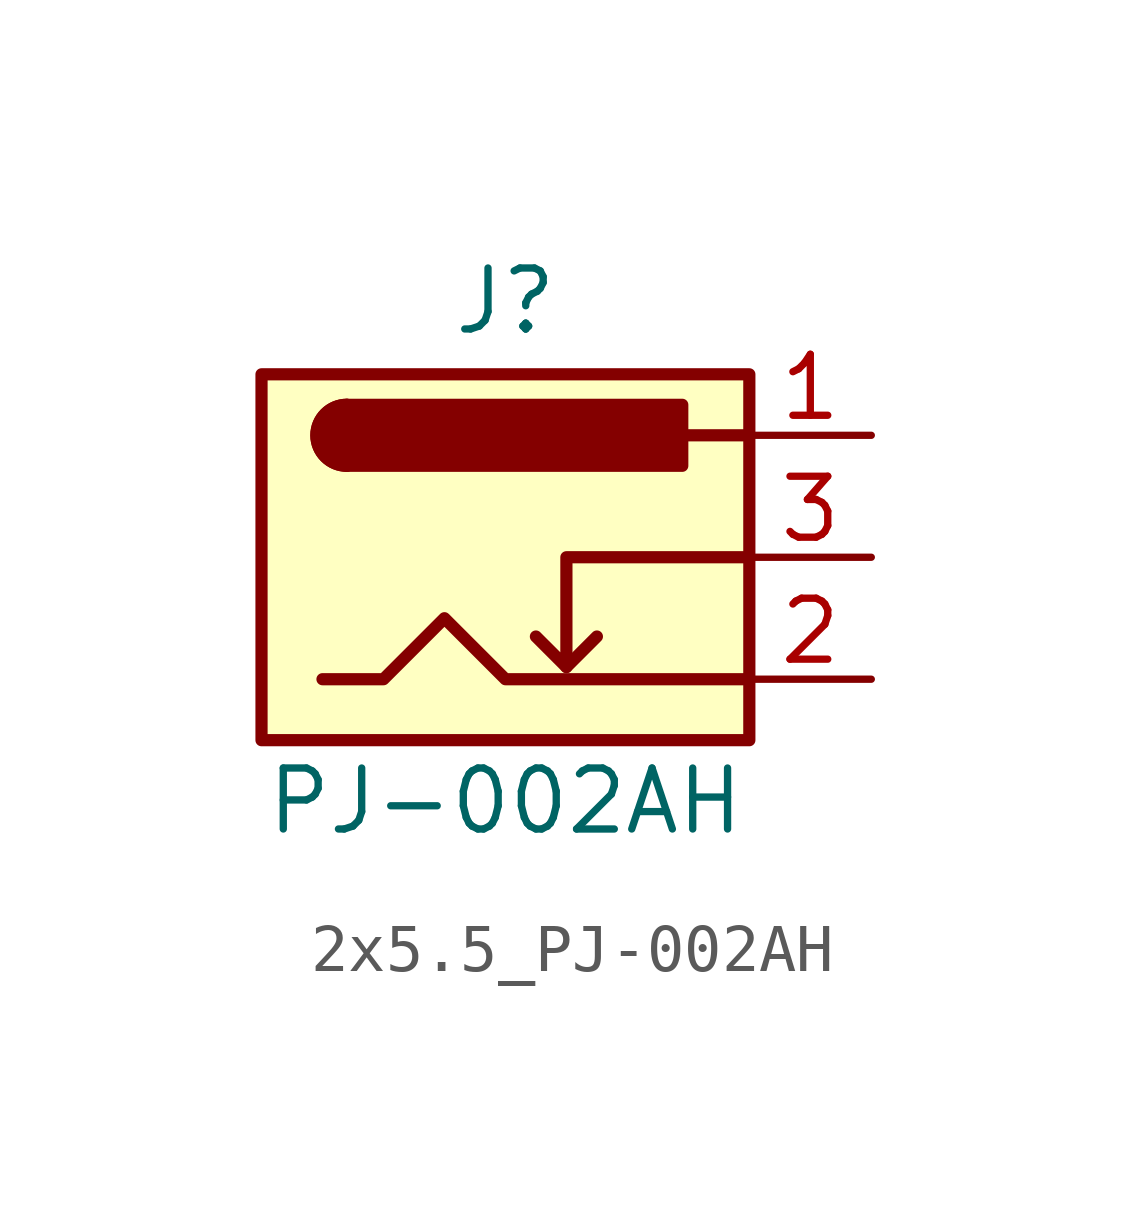
<source format=kicad_sym>
(kicad_symbol_lib
  (version 20241209)
  (generator "kicad_symbol_editor")
  (generator_version "9.0")
  (symbol "2x5.5_PJ-002AH"
    (pin_names
      (hide yes))
    (property "Reference" "J"
      (at 0 5.334 0)
      (effects (font (size 1.27 1.27))))
    (property "Value" "PJ-002AH"
      (at 0 -5.08 0)
      (effects (font (size 1.27 1.27))))
    (symbol "2x5.5_PJ-002AH_0_1"
      (rectangle (start -5.08 3.81) (end 5.08 -3.81) (stroke (width 0.254) (type default)) (fill (type background)))
      (polyline (pts (xy -3.81 -2.54) (xy -2.54 -2.54) (xy -1.27 -1.27) (xy 0 -2.54) (xy 2.54 -2.54) (xy 5.08 -2.54)) (stroke (width 0.254) (type default)) (fill (type none)))
      (rectangle (start -3.302 3.175) (end 3.683 1.905) (stroke (width 0.254) (type default)) (fill (type outline)))
      (arc (start -3.302 1.905) (mid -3.9343 2.54) (end -3.302 3.175) (stroke (width 0.254) (type default)) (fill (type none)))
      (arc (start -3.302 1.905) (mid -3.9343 2.54) (end -3.302 3.175) (stroke (width 0.254) (type default)) (fill (type outline)))
      (polyline (pts (xy 1.27 -2.286) (xy 1.905 -1.651)) (stroke (width 0.254) (type default)) (fill (type none)))
      (polyline (pts (xy 5.08 2.54) (xy 3.81 2.54)) (stroke (width 0.254) (type default)) (fill (type none)))
      (polyline (pts (xy 5.08 0) (xy 1.27 0) (xy 1.27 -2.286) (xy 0.635 -1.651)) (stroke (width 0.254) (type default)) (fill (type none))))
    (symbol "2x5.5_PJ-002AH_1_1"
      (pin passive line (at 7.62 2.54 180) (length 2.54) (name "~" (effects (font (size 1.27 1.27)))) (number "1" (effects (font (size 1.27 1.27)))))
      (pin passive line (at 7.62 0 180) (length 2.54) (name "~" (effects (font (size 1.27 1.27)))) (number "3" (effects (font (size 1.27 1.27)))))
      (pin passive line (at 7.62 -2.54 180) (length 2.54) (name "~" (effects (font (size 1.27 1.27)))) (number "2" (effects (font (size 1.27 1.27))))))))
</source>
